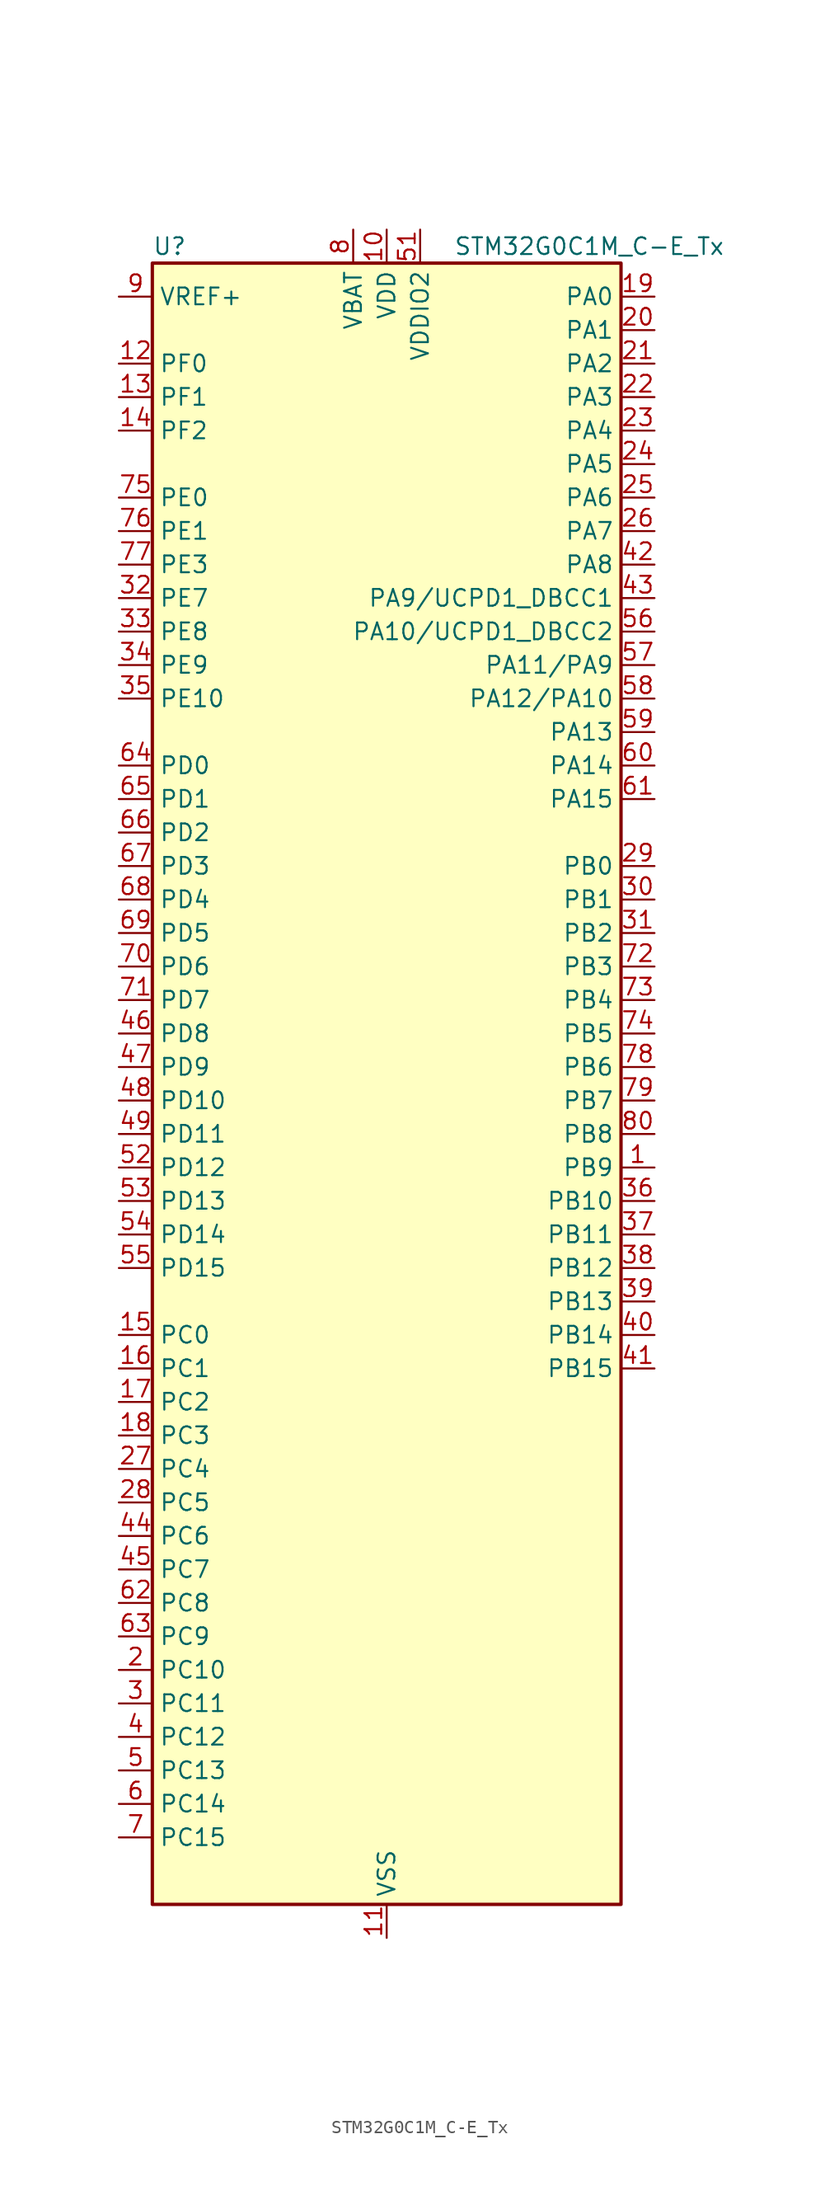
<source format=kicad_sym>
(kicad_symbol_lib
  (version 20220914)
  (generator kicad_symbol_editor)
  (symbol "STM32G0C1M_C-E_Tx"
    (property "Reference" "U"
      (at -17.78 64.77 0)
      (effects (font (size 1.27 1.27)) (justify left)))
    (property "Value" "STM32G0C1M_C-E_Tx"
      (at 5.08 64.77 0)
      (effects (font (size 1.27 1.27)) (justify left)))
    (property "ki_locked" ""
      (at 0 0 0)
      (effects (font (size 1.27 1.27))))
    (symbol "STM32G0C1M_C-E_Tx_0_1"
      (rectangle (start -17.78 -60.96) (end 17.78 63.5) (stroke (width 0.254) (type default)) (fill (type background))))
    (symbol "STM32G0C1M_C-E_Tx_1_1"
      (pin bidirectional line (at 20.32 -5.08 180) (length 2.54) (name "PB9" (effects (font (size 1.27 1.27)))) (number "1" (effects (font (size 1.27 1.27)))) (alternate "DAC1_EXTI9" bidirectional line) (alternate "FDCAN1_TX" bidirectional line) (alternate "I2C1_SDA" bidirectional line) (alternate "I2S2_WS" bidirectional line) (alternate "IR_OUT" bidirectional line) (alternate "SPI2_NSS" bidirectional line) (alternate "TIM17_CH1" bidirectional line) (alternate "TIM4_CH4" bidirectional line) (alternate "UCPD2_FRSTX1" bidirectional line) (alternate "UCPD2_FRSTX2" bidirectional line) (alternate "USART3_RX" bidirectional line) (alternate "USART6_RX" bidirectional line))
      (pin power_in line (at 0 66.04 270) (length 2.54) (name "VDD" (effects (font (size 1.27 1.27)))) (number "10" (effects (font (size 1.27 1.27)))))
      (pin power_in line (at 0 -63.5 90) (length 2.54) (name "VSS" (effects (font (size 1.27 1.27)))) (number "11" (effects (font (size 1.27 1.27)))))
      (pin bidirectional line (at -20.32 55.88 0) (length 2.54) (name "PF0" (effects (font (size 1.27 1.27)))) (number "12" (effects (font (size 1.27 1.27)))) (alternate "CRS1_SYNC" bidirectional line) (alternate "RCC_OSC_IN" bidirectional line) (alternate "TIM14_CH1" bidirectional line))
      (pin bidirectional line (at -20.32 53.34 0) (length 2.54) (name "PF1" (effects (font (size 1.27 1.27)))) (number "13" (effects (font (size 1.27 1.27)))) (alternate "RCC_OSC_EN" bidirectional line) (alternate "RCC_OSC_OUT" bidirectional line) (alternate "TIM15_CH1N" bidirectional line))
      (pin bidirectional line (at -20.32 50.8 0) (length 2.54) (name "PF2" (effects (font (size 1.27 1.27)))) (number "14" (effects (font (size 1.27 1.27)))) (alternate "LPUART2_DE" bidirectional line) (alternate "LPUART2_RTS" bidirectional line) (alternate "LPUART2_TX" bidirectional line) (alternate "RCC_MCO" bidirectional line))
      (pin bidirectional line (at -20.32 -17.78 0) (length 2.54) (name "PC0" (effects (font (size 1.27 1.27)))) (number "15" (effects (font (size 1.27 1.27)))) (alternate "COMP3_INM" bidirectional line) (alternate "COMP3_OUT" bidirectional line) (alternate "I2C3_SCL" bidirectional line) (alternate "LPTIM1_IN1" bidirectional line) (alternate "LPTIM2_IN1" bidirectional line) (alternate "LPUART1_RX" bidirectional line) (alternate "LPUART2_TX" bidirectional line) (alternate "USART6_TX" bidirectional line))
      (pin bidirectional line (at -20.32 -20.32 0) (length 2.54) (name "PC1" (effects (font (size 1.27 1.27)))) (number "16" (effects (font (size 1.27 1.27)))) (alternate "COMP3_INP" bidirectional line) (alternate "I2C3_SDA" bidirectional line) (alternate "LPTIM1_OUT" bidirectional line) (alternate "LPUART1_TX" bidirectional line) (alternate "LPUART2_RX" bidirectional line) (alternate "TIM15_CH1" bidirectional line) (alternate "USART6_RX" bidirectional line))
      (pin bidirectional line (at -20.32 -22.86 0) (length 2.54) (name "PC2" (effects (font (size 1.27 1.27)))) (number "17" (effects (font (size 1.27 1.27)))) (alternate "COMP3_OUT" bidirectional line) (alternate "FDCAN2_RX" bidirectional line) (alternate "I2S2_MCK" bidirectional line) (alternate "LPTIM1_IN2" bidirectional line) (alternate "SPI2_MISO" bidirectional line) (alternate "TIM15_CH2" bidirectional line))
      (pin bidirectional line (at -20.32 -25.4 0) (length 2.54) (name "PC3" (effects (font (size 1.27 1.27)))) (number "18" (effects (font (size 1.27 1.27)))) (alternate "FDCAN2_TX" bidirectional line) (alternate "I2S2_SD" bidirectional line) (alternate "LPTIM1_ETR" bidirectional line) (alternate "LPTIM2_ETR" bidirectional line) (alternate "SPI2_MOSI" bidirectional line))
      (pin bidirectional line (at 20.32 60.96 180) (length 2.54) (name "PA0" (effects (font (size 1.27 1.27)))) (number "19" (effects (font (size 1.27 1.27)))) (alternate "ADC1_IN0" bidirectional line) (alternate "COMP1_INM" bidirectional line) (alternate "COMP1_OUT" bidirectional line) (alternate "I2S2_CK" bidirectional line) (alternate "LPTIM1_OUT" bidirectional line) (alternate "RTC_TAMP_IN2" bidirectional line) (alternate "SPI2_SCK" bidirectional line) (alternate "SYS_WKUP1" bidirectional line) (alternate "TIM2_CH1" bidirectional line) (alternate "TIM2_ETR" bidirectional line) (alternate "UCPD2_FRSTX1" bidirectional line) (alternate "UCPD2_FRSTX2" bidirectional line) (alternate "USART2_CTS" bidirectional line) (alternate "USART2_NSS" bidirectional line) (alternate "USART4_TX" bidirectional line))
      (pin bidirectional line (at -20.32 -43.18 0) (length 2.54) (name "PC10" (effects (font (size 1.27 1.27)))) (number "2" (effects (font (size 1.27 1.27)))) (alternate "SPI3_SCK" bidirectional line) (alternate "TIM1_CH3" bidirectional line) (alternate "USART3_TX" bidirectional line) (alternate "USART4_TX" bidirectional line))
      (pin bidirectional line (at 20.32 58.42 180) (length 2.54) (name "PA1" (effects (font (size 1.27 1.27)))) (number "20" (effects (font (size 1.27 1.27)))) (alternate "ADC1_IN1" bidirectional line) (alternate "COMP1_INP" bidirectional line) (alternate "I2C1_SMBA" bidirectional line) (alternate "I2S1_CK" bidirectional line) (alternate "SPI1_SCK" bidirectional line) (alternate "TIM15_CH1N" bidirectional line) (alternate "TIM2_CH2" bidirectional line) (alternate "USART2_CK" bidirectional line) (alternate "USART2_DE" bidirectional line) (alternate "USART2_RTS" bidirectional line) (alternate "USART4_RX" bidirectional line))
      (pin bidirectional line (at 20.32 55.88 180) (length 2.54) (name "PA2" (effects (font (size 1.27 1.27)))) (number "21" (effects (font (size 1.27 1.27)))) (alternate "ADC1_IN2" bidirectional line) (alternate "COMP2_INM" bidirectional line) (alternate "COMP2_OUT" bidirectional line) (alternate "I2S1_SD" bidirectional line) (alternate "LPUART1_TX" bidirectional line) (alternate "RCC_LSCO" bidirectional line) (alternate "SPI1_MOSI" bidirectional line) (alternate "SYS_WKUP4" bidirectional line) (alternate "TIM15_CH1" bidirectional line) (alternate "TIM2_CH3" bidirectional line) (alternate "UCPD1_FRSTX1" bidirectional line) (alternate "UCPD1_FRSTX2" bidirectional line) (alternate "USART2_TX" bidirectional line))
      (pin bidirectional line (at 20.32 53.34 180) (length 2.54) (name "PA3" (effects (font (size 1.27 1.27)))) (number "22" (effects (font (size 1.27 1.27)))) (alternate "ADC1_IN3" bidirectional line) (alternate "COMP2_INP" bidirectional line) (alternate "I2S2_MCK" bidirectional line) (alternate "LPUART1_RX" bidirectional line) (alternate "SPI2_MISO" bidirectional line) (alternate "TIM15_CH2" bidirectional line) (alternate "TIM2_CH4" bidirectional line) (alternate "UCPD2_FRSTX1" bidirectional line) (alternate "UCPD2_FRSTX2" bidirectional line) (alternate "USART2_RX" bidirectional line))
      (pin bidirectional line (at 20.32 50.8 180) (length 2.54) (name "PA4" (effects (font (size 1.27 1.27)))) (number "23" (effects (font (size 1.27 1.27)))) (alternate "ADC1_IN4" bidirectional line) (alternate "DAC1_OUT1" bidirectional line) (alternate "I2S1_WS" bidirectional line) (alternate "I2S2_SD" bidirectional line) (alternate "LPTIM2_OUT" bidirectional line) (alternate "RTC_OUT2" bidirectional line) (alternate "SPI1_NSS" bidirectional line) (alternate "SPI2_MOSI" bidirectional line) (alternate "SPI3_NSS" bidirectional line) (alternate "TIM14_CH1" bidirectional line) (alternate "UCPD2_FRSTX1" bidirectional line) (alternate "UCPD2_FRSTX2" bidirectional line) (alternate "USART6_TX" bidirectional line) (alternate "USB_NOE" bidirectional line))
      (pin bidirectional line (at 20.32 48.26 180) (length 2.54) (name "PA5" (effects (font (size 1.27 1.27)))) (number "24" (effects (font (size 1.27 1.27)))) (alternate "ADC1_IN5" bidirectional line) (alternate "CEC" bidirectional line) (alternate "DAC1_OUT2" bidirectional line) (alternate "I2S1_CK" bidirectional line) (alternate "LPTIM2_ETR" bidirectional line) (alternate "SPI1_SCK" bidirectional line) (alternate "TIM2_CH1" bidirectional line) (alternate "TIM2_ETR" bidirectional line) (alternate "UCPD1_FRSTX1" bidirectional line) (alternate "UCPD1_FRSTX2" bidirectional line) (alternate "USART3_TX" bidirectional line) (alternate "USART6_RX" bidirectional line))
      (pin bidirectional line (at 20.32 45.72 180) (length 2.54) (name "PA6" (effects (font (size 1.27 1.27)))) (number "25" (effects (font (size 1.27 1.27)))) (alternate "ADC1_IN6" bidirectional line) (alternate "COMP1_OUT" bidirectional line) (alternate "I2C2_SDA" bidirectional line) (alternate "I2C3_SDA" bidirectional line) (alternate "I2S1_MCK" bidirectional line) (alternate "LPUART1_CTS" bidirectional line) (alternate "SPI1_MISO" bidirectional line) (alternate "TIM16_CH1" bidirectional line) (alternate "TIM1_BK" bidirectional line) (alternate "TIM3_CH1" bidirectional line) (alternate "USART3_CTS" bidirectional line) (alternate "USART3_NSS" bidirectional line) (alternate "USART6_CTS" bidirectional line) (alternate "USART6_NSS" bidirectional line))
      (pin bidirectional line (at 20.32 43.18 180) (length 2.54) (name "PA7" (effects (font (size 1.27 1.27)))) (number "26" (effects (font (size 1.27 1.27)))) (alternate "ADC1_IN7" bidirectional line) (alternate "COMP2_OUT" bidirectional line) (alternate "I2C2_SCL" bidirectional line) (alternate "I2C3_SCL" bidirectional line) (alternate "I2S1_SD" bidirectional line) (alternate "SPI1_MOSI" bidirectional line) (alternate "TIM14_CH1" bidirectional line) (alternate "TIM17_CH1" bidirectional line) (alternate "TIM1_CH1N" bidirectional line) (alternate "TIM3_CH2" bidirectional line) (alternate "UCPD1_FRSTX1" bidirectional line) (alternate "UCPD1_FRSTX2" bidirectional line) (alternate "USART6_CK" bidirectional line) (alternate "USART6_DE" bidirectional line) (alternate "USART6_RTS" bidirectional line))
      (pin bidirectional line (at -20.32 -27.94 0) (length 2.54) (name "PC4" (effects (font (size 1.27 1.27)))) (number "27" (effects (font (size 1.27 1.27)))) (alternate "ADC1_IN17" bidirectional line) (alternate "COMP1_INM" bidirectional line) (alternate "FDCAN1_RX" bidirectional line) (alternate "TIM2_CH1" bidirectional line) (alternate "TIM2_ETR" bidirectional line) (alternate "USART1_TX" bidirectional line) (alternate "USART3_TX" bidirectional line))
      (pin bidirectional line (at -20.32 -30.48 0) (length 2.54) (name "PC5" (effects (font (size 1.27 1.27)))) (number "28" (effects (font (size 1.27 1.27)))) (alternate "ADC1_IN18" bidirectional line) (alternate "COMP1_INP" bidirectional line) (alternate "FDCAN1_TX" bidirectional line) (alternate "SYS_WKUP5" bidirectional line) (alternate "TIM2_CH2" bidirectional line) (alternate "USART1_RX" bidirectional line) (alternate "USART3_RX" bidirectional line))
      (pin bidirectional line (at 20.32 17.78 180) (length 2.54) (name "PB0" (effects (font (size 1.27 1.27)))) (number "29" (effects (font (size 1.27 1.27)))) (alternate "ADC1_IN8" bidirectional line) (alternate "COMP1_OUT" bidirectional line) (alternate "COMP3_INP" bidirectional line) (alternate "FDCAN2_RX" bidirectional line) (alternate "I2S1_WS" bidirectional line) (alternate "LPTIM1_OUT" bidirectional line) (alternate "LPUART2_CTS" bidirectional line) (alternate "SPI1_NSS" bidirectional line) (alternate "TIM1_CH2N" bidirectional line) (alternate "TIM3_CH3" bidirectional line) (alternate "UCPD1_FRSTX1" bidirectional line) (alternate "UCPD1_FRSTX2" bidirectional line) (alternate "USART3_RX" bidirectional line) (alternate "USART5_TX" bidirectional line))
      (pin bidirectional line (at -20.32 -45.72 0) (length 2.54) (name "PC11" (effects (font (size 1.27 1.27)))) (number "3" (effects (font (size 1.27 1.27)))) (alternate "ADC1_EXTI11" bidirectional line) (alternate "SPI3_MISO" bidirectional line) (alternate "TIM1_CH4" bidirectional line) (alternate "USART3_RX" bidirectional line) (alternate "USART4_RX" bidirectional line))
      (pin bidirectional line (at 20.32 15.24 180) (length 2.54) (name "PB1" (effects (font (size 1.27 1.27)))) (number "30" (effects (font (size 1.27 1.27)))) (alternate "ADC1_IN9" bidirectional line) (alternate "COMP1_INM" bidirectional line) (alternate "COMP3_OUT" bidirectional line) (alternate "FDCAN2_TX" bidirectional line) (alternate "LPTIM2_IN1" bidirectional line) (alternate "LPUART1_DE" bidirectional line) (alternate "LPUART1_RTS" bidirectional line) (alternate "LPUART2_DE" bidirectional line) (alternate "LPUART2_RTS" bidirectional line) (alternate "TIM14_CH1" bidirectional line) (alternate "TIM1_CH3N" bidirectional line) (alternate "TIM3_CH4" bidirectional line) (alternate "USART3_CK" bidirectional line) (alternate "USART3_DE" bidirectional line) (alternate "USART3_RTS" bidirectional line) (alternate "USART5_RX" bidirectional line))
      (pin bidirectional line (at 20.32 12.7 180) (length 2.54) (name "PB2" (effects (font (size 1.27 1.27)))) (number "31" (effects (font (size 1.27 1.27)))) (alternate "ADC1_IN10" bidirectional line) (alternate "COMP1_INP" bidirectional line) (alternate "COMP3_INM" bidirectional line) (alternate "I2S2_MCK" bidirectional line) (alternate "LPTIM1_OUT" bidirectional line) (alternate "RCC_MCO_2" bidirectional line) (alternate "SPI2_MISO" bidirectional line) (alternate "USART3_TX" bidirectional line))
      (pin bidirectional line (at -20.32 38.1 0) (length 2.54) (name "PE7" (effects (font (size 1.27 1.27)))) (number "32" (effects (font (size 1.27 1.27)))) (alternate "COMP3_INP" bidirectional line) (alternate "TIM1_ETR" bidirectional line) (alternate "USART5_CK" bidirectional line) (alternate "USART5_DE" bidirectional line) (alternate "USART5_RTS" bidirectional line))
      (pin bidirectional line (at -20.32 35.56 0) (length 2.54) (name "PE8" (effects (font (size 1.27 1.27)))) (number "33" (effects (font (size 1.27 1.27)))) (alternate "COMP3_INM" bidirectional line) (alternate "TIM1_CH1N" bidirectional line) (alternate "USART4_TX" bidirectional line))
      (pin bidirectional line (at -20.32 33.02 0) (length 2.54) (name "PE9" (effects (font (size 1.27 1.27)))) (number "34" (effects (font (size 1.27 1.27)))) (alternate "DAC1_EXTI9" bidirectional line) (alternate "TIM1_CH1" bidirectional line) (alternate "USART4_RX" bidirectional line))
      (pin bidirectional line (at -20.32 30.48 0) (length 2.54) (name "PE10" (effects (font (size 1.27 1.27)))) (number "35" (effects (font (size 1.27 1.27)))) (alternate "TIM1_CH2N" bidirectional line) (alternate "USART5_TX" bidirectional line))
      (pin bidirectional line (at 20.32 -7.62 180) (length 2.54) (name "PB10" (effects (font (size 1.27 1.27)))) (number "36" (effects (font (size 1.27 1.27)))) (alternate "ADC1_IN11" bidirectional line) (alternate "CEC" bidirectional line) (alternate "COMP1_OUT" bidirectional line) (alternate "I2C2_SCL" bidirectional line) (alternate "I2S2_CK" bidirectional line) (alternate "LPUART1_RX" bidirectional line) (alternate "SPI2_SCK" bidirectional line) (alternate "TIM2_CH3" bidirectional line) (alternate "USART3_TX" bidirectional line))
      (pin bidirectional line (at 20.32 -10.16 180) (length 2.54) (name "PB11" (effects (font (size 1.27 1.27)))) (number "37" (effects (font (size 1.27 1.27)))) (alternate "ADC1_EXTI11" bidirectional line) (alternate "ADC1_IN15" bidirectional line) (alternate "COMP2_OUT" bidirectional line) (alternate "I2C2_SDA" bidirectional line) (alternate "I2S2_SD" bidirectional line) (alternate "LPUART1_TX" bidirectional line) (alternate "SPI2_MOSI" bidirectional line) (alternate "TIM2_CH4" bidirectional line) (alternate "USART3_RX" bidirectional line))
      (pin bidirectional line (at 20.32 -12.7 180) (length 2.54) (name "PB12" (effects (font (size 1.27 1.27)))) (number "38" (effects (font (size 1.27 1.27)))) (alternate "ADC1_IN16" bidirectional line) (alternate "FDCAN2_RX" bidirectional line) (alternate "I2C2_SMBA" bidirectional line) (alternate "I2S2_WS" bidirectional line) (alternate "LPUART1_DE" bidirectional line) (alternate "LPUART1_RTS" bidirectional line) (alternate "SPI2_NSS" bidirectional line) (alternate "TIM15_BK" bidirectional line) (alternate "TIM1_BK" bidirectional line) (alternate "UCPD2_FRSTX1" bidirectional line) (alternate "UCPD2_FRSTX2" bidirectional line))
      (pin bidirectional line (at 20.32 -15.24 180) (length 2.54) (name "PB13" (effects (font (size 1.27 1.27)))) (number "39" (effects (font (size 1.27 1.27)))) (alternate "FDCAN2_TX" bidirectional line) (alternate "I2C2_SCL" bidirectional line) (alternate "I2S2_CK" bidirectional line) (alternate "LPUART1_CTS" bidirectional line) (alternate "SPI2_SCK" bidirectional line) (alternate "TIM15_CH1N" bidirectional line) (alternate "TIM1_CH1N" bidirectional line) (alternate "USART3_CTS" bidirectional line) (alternate "USART3_NSS" bidirectional line))
      (pin bidirectional line (at -20.32 -48.26 0) (length 2.54) (name "PC12" (effects (font (size 1.27 1.27)))) (number "4" (effects (font (size 1.27 1.27)))) (alternate "LPTIM1_IN1" bidirectional line) (alternate "SPI3_MOSI" bidirectional line) (alternate "TIM14_CH1" bidirectional line) (alternate "UCPD1_FRSTX1" bidirectional line) (alternate "UCPD1_FRSTX2" bidirectional line) (alternate "USART5_TX" bidirectional line))
      (pin bidirectional line (at 20.32 -17.78 180) (length 2.54) (name "PB14" (effects (font (size 1.27 1.27)))) (number "40" (effects (font (size 1.27 1.27)))) (alternate "I2C2_SDA" bidirectional line) (alternate "I2S2_MCK" bidirectional line) (alternate "SPI2_MISO" bidirectional line) (alternate "TIM15_CH1" bidirectional line) (alternate "TIM1_CH2N" bidirectional line) (alternate "UCPD1_FRSTX1" bidirectional line) (alternate "UCPD1_FRSTX2" bidirectional line) (alternate "USART3_CK" bidirectional line) (alternate "USART3_DE" bidirectional line) (alternate "USART3_RTS" bidirectional line) (alternate "USART6_CK" bidirectional line) (alternate "USART6_DE" bidirectional line) (alternate "USART6_RTS" bidirectional line))
      (pin bidirectional line (at 20.32 -20.32 180) (length 2.54) (name "PB15" (effects (font (size 1.27 1.27)))) (number "41" (effects (font (size 1.27 1.27)))) (alternate "I2S2_SD" bidirectional line) (alternate "RTC_REFIN" bidirectional line) (alternate "SPI2_MOSI" bidirectional line) (alternate "TIM15_CH1N" bidirectional line) (alternate "TIM15_CH2" bidirectional line) (alternate "TIM1_CH3N" bidirectional line) (alternate "UCPD1_CC2" bidirectional line) (alternate "USART6_CTS" bidirectional line) (alternate "USART6_NSS" bidirectional line))
      (pin bidirectional line (at 20.32 40.64 180) (length 2.54) (name "PA8" (effects (font (size 1.27 1.27)))) (number "42" (effects (font (size 1.27 1.27)))) (alternate "CRS1_SYNC" bidirectional line) (alternate "I2C2_SMBA" bidirectional line) (alternate "I2S2_WS" bidirectional line) (alternate "LPTIM2_OUT" bidirectional line) (alternate "RCC_MCO" bidirectional line) (alternate "SPI2_NSS" bidirectional line) (alternate "TIM1_CH1" bidirectional line) (alternate "UCPD1_CC1" bidirectional line))
      (pin bidirectional line (at 20.32 38.1 180) (length 2.54) (name "PA9/UCPD1_DBCC1" (effects (font (size 1.27 1.27)))) (number "43" (effects (font (size 1.27 1.27)))) (alternate "DAC1_EXTI9" bidirectional line) (alternate "I2C1_SCL" bidirectional line) (alternate "I2C2_SCL" bidirectional line) (alternate "I2S2_MCK" bidirectional line) (alternate "RCC_MCO" bidirectional line) (alternate "SPI2_MISO" bidirectional line) (alternate "TIM15_BK" bidirectional line) (alternate "TIM1_CH2" bidirectional line) (alternate "UCPD1_DBCC1" bidirectional line) (alternate "USART1_TX" bidirectional line))
      (pin bidirectional line (at -20.32 -33.02 0) (length 2.54) (name "PC6" (effects (font (size 1.27 1.27)))) (number "44" (effects (font (size 1.27 1.27)))) (alternate "LPUART2_TX" bidirectional line) (alternate "TIM2_CH3" bidirectional line) (alternate "TIM3_CH1" bidirectional line) (alternate "UCPD1_FRSTX1" bidirectional line) (alternate "UCPD1_FRSTX2" bidirectional line))
      (pin bidirectional line (at -20.32 -35.56 0) (length 2.54) (name "PC7" (effects (font (size 1.27 1.27)))) (number "45" (effects (font (size 1.27 1.27)))) (alternate "LPUART2_RX" bidirectional line) (alternate "TIM2_CH4" bidirectional line) (alternate "TIM3_CH2" bidirectional line) (alternate "UCPD2_FRSTX1" bidirectional line) (alternate "UCPD2_FRSTX2" bidirectional line))
      (pin bidirectional line (at -20.32 5.08 0) (length 2.54) (name "PD8" (effects (font (size 1.27 1.27)))) (number "46" (effects (font (size 1.27 1.27)))) (alternate "I2S1_CK" bidirectional line) (alternate "LPTIM1_OUT" bidirectional line) (alternate "SPI1_SCK" bidirectional line) (alternate "USART3_TX" bidirectional line))
      (pin bidirectional line (at -20.32 2.54 0) (length 2.54) (name "PD9" (effects (font (size 1.27 1.27)))) (number "47" (effects (font (size 1.27 1.27)))) (alternate "DAC1_EXTI9" bidirectional line) (alternate "I2S1_WS" bidirectional line) (alternate "SPI1_NSS" bidirectional line) (alternate "TIM1_BK2" bidirectional line) (alternate "USART3_RX" bidirectional line))
      (pin bidirectional line (at -20.32 0 0) (length 2.54) (name "PD10" (effects (font (size 1.27 1.27)))) (number "48" (effects (font (size 1.27 1.27)))) (alternate "RCC_MCO" bidirectional line))
      (pin bidirectional line (at -20.32 -2.54 0) (length 2.54) (name "PD11" (effects (font (size 1.27 1.27)))) (number "49" (effects (font (size 1.27 1.27)))) (alternate "ADC1_EXTI11" bidirectional line) (alternate "LPTIM2_ETR" bidirectional line) (alternate "USART3_CTS" bidirectional line) (alternate "USART3_NSS" bidirectional line))
      (pin bidirectional line (at -20.32 -50.8 0) (length 2.54) (name "PC13" (effects (font (size 1.27 1.27)))) (number "5" (effects (font (size 1.27 1.27)))) (alternate "RTC_OUT1" bidirectional line) (alternate "RTC_TAMP_IN1" bidirectional line) (alternate "RTC_TS" bidirectional line) (alternate "SYS_WKUP2" bidirectional line) (alternate "TIM1_BK" bidirectional line))
      (pin passive line (at 0 -63.5 90) (length 2.54) hide (name "VSS" (effects (font (size 1.27 1.27)))) (number "50" (effects (font (size 1.27 1.27)))))
      (pin power_in line (at 2.54 66.04 270) (length 2.54) (name "VDDIO2" (effects (font (size 1.27 1.27)))) (number "51" (effects (font (size 1.27 1.27)))))
      (pin bidirectional line (at -20.32 -5.08 0) (length 2.54) (name "PD12" (effects (font (size 1.27 1.27)))) (number "52" (effects (font (size 1.27 1.27)))) (alternate "FDCAN1_RX" bidirectional line) (alternate "LPTIM2_IN1" bidirectional line) (alternate "TIM4_CH1" bidirectional line) (alternate "USART3_CK" bidirectional line) (alternate "USART3_DE" bidirectional line) (alternate "USART3_RTS" bidirectional line))
      (pin bidirectional line (at -20.32 -7.62 0) (length 2.54) (name "PD13" (effects (font (size 1.27 1.27)))) (number "53" (effects (font (size 1.27 1.27)))) (alternate "FDCAN1_TX" bidirectional line) (alternate "LPTIM2_OUT" bidirectional line) (alternate "TIM4_CH2" bidirectional line))
      (pin bidirectional line (at -20.32 -10.16 0) (length 2.54) (name "PD14" (effects (font (size 1.27 1.27)))) (number "54" (effects (font (size 1.27 1.27)))) (alternate "FDCAN2_RX" bidirectional line) (alternate "LPUART2_CTS" bidirectional line) (alternate "TIM4_CH3" bidirectional line))
      (pin bidirectional line (at -20.32 -12.7 0) (length 2.54) (name "PD15" (effects (font (size 1.27 1.27)))) (number "55" (effects (font (size 1.27 1.27)))) (alternate "CRS1_SYNC" bidirectional line) (alternate "FDCAN2_TX" bidirectional line) (alternate "LPUART2_DE" bidirectional line) (alternate "LPUART2_RTS" bidirectional line) (alternate "TIM4_CH4" bidirectional line))
      (pin bidirectional line (at 20.32 35.56 180) (length 2.54) (name "PA10/UCPD1_DBCC2" (effects (font (size 1.27 1.27)))) (number "56" (effects (font (size 1.27 1.27)))) (alternate "I2C1_SDA" bidirectional line) (alternate "I2C2_SDA" bidirectional line) (alternate "I2S2_SD" bidirectional line) (alternate "RCC_MCO_2" bidirectional line) (alternate "SPI2_MOSI" bidirectional line) (alternate "TIM17_BK" bidirectional line) (alternate "TIM1_CH3" bidirectional line) (alternate "UCPD1_DBCC2" bidirectional line) (alternate "USART1_RX" bidirectional line))
      (pin bidirectional line (at 20.32 33.02 180) (length 2.54) (name "PA11/PA9" (effects (font (size 1.27 1.27)))) (number "57" (effects (font (size 1.27 1.27)))) (alternate "ADC1_EXTI11" bidirectional line) (alternate "COMP1_OUT" bidirectional line) (alternate "FDCAN1_RX" bidirectional line) (alternate "I2C2_SCL" bidirectional line) (alternate "I2S1_MCK" bidirectional line) (alternate "SPI1_MISO" bidirectional line) (alternate "TIM1_BK2" bidirectional line) (alternate "TIM1_CH4" bidirectional line) (alternate "USART1_CTS" bidirectional line) (alternate "USART1_NSS" bidirectional line) (alternate "USB_DM" bidirectional line))
      (pin bidirectional line (at 20.32 30.48 180) (length 2.54) (name "PA12/PA10" (effects (font (size 1.27 1.27)))) (number "58" (effects (font (size 1.27 1.27)))) (alternate "COMP2_OUT" bidirectional line) (alternate "FDCAN1_TX" bidirectional line) (alternate "I2C2_SDA" bidirectional line) (alternate "I2S1_SD" bidirectional line) (alternate "I2S_CKIN" bidirectional line) (alternate "SPI1_MOSI" bidirectional line) (alternate "TIM1_ETR" bidirectional line) (alternate "USART1_CK" bidirectional line) (alternate "USART1_DE" bidirectional line) (alternate "USART1_RTS" bidirectional line) (alternate "USB_DP" bidirectional line))
      (pin bidirectional line (at 20.32 27.94 180) (length 2.54) (name "PA13" (effects (font (size 1.27 1.27)))) (number "59" (effects (font (size 1.27 1.27)))) (alternate "IR_OUT" bidirectional line) (alternate "LPUART2_RX" bidirectional line) (alternate "SYS_SWDIO" bidirectional line) (alternate "USB_NOE" bidirectional line))
      (pin bidirectional line (at -20.32 -53.34 0) (length 2.54) (name "PC14" (effects (font (size 1.27 1.27)))) (number "6" (effects (font (size 1.27 1.27)))) (alternate "RCC_OSC32_IN" bidirectional line) (alternate "TIM1_BK2" bidirectional line))
      (pin bidirectional line (at 20.32 25.4 180) (length 2.54) (name "PA14" (effects (font (size 1.27 1.27)))) (number "60" (effects (font (size 1.27 1.27)))) (alternate "LPUART2_TX" bidirectional line) (alternate "SYS_SWCLK" bidirectional line) (alternate "USART2_TX" bidirectional line))
      (pin bidirectional line (at 20.32 22.86 180) (length 2.54) (name "PA15" (effects (font (size 1.27 1.27)))) (number "61" (effects (font (size 1.27 1.27)))) (alternate "I2C2_SMBA" bidirectional line) (alternate "I2S1_WS" bidirectional line) (alternate "RCC_MCO_2" bidirectional line) (alternate "SPI1_NSS" bidirectional line) (alternate "SPI3_NSS" bidirectional line) (alternate "TIM2_CH1" bidirectional line) (alternate "TIM2_ETR" bidirectional line) (alternate "USART2_RX" bidirectional line) (alternate "USART3_CK" bidirectional line) (alternate "USART3_DE" bidirectional line) (alternate "USART3_RTS" bidirectional line) (alternate "USART4_CK" bidirectional line) (alternate "USART4_DE" bidirectional line) (alternate "USART4_RTS" bidirectional line) (alternate "USB_NOE" bidirectional line))
      (pin bidirectional line (at -20.32 -38.1 0) (length 2.54) (name "PC8" (effects (font (size 1.27 1.27)))) (number "62" (effects (font (size 1.27 1.27)))) (alternate "LPUART2_CTS" bidirectional line) (alternate "TIM1_CH1" bidirectional line) (alternate "TIM3_CH3" bidirectional line) (alternate "UCPD2_FRSTX1" bidirectional line) (alternate "UCPD2_FRSTX2" bidirectional line))
      (pin bidirectional line (at -20.32 -40.64 0) (length 2.54) (name "PC9" (effects (font (size 1.27 1.27)))) (number "63" (effects (font (size 1.27 1.27)))) (alternate "DAC1_EXTI9" bidirectional line) (alternate "I2S_CKIN" bidirectional line) (alternate "LPUART2_DE" bidirectional line) (alternate "LPUART2_RTS" bidirectional line) (alternate "TIM1_CH2" bidirectional line) (alternate "TIM3_CH4" bidirectional line) (alternate "USB_NOE" bidirectional line))
      (pin bidirectional line (at -20.32 25.4 0) (length 2.54) (name "PD0" (effects (font (size 1.27 1.27)))) (number "64" (effects (font (size 1.27 1.27)))) (alternate "FDCAN1_RX" bidirectional line) (alternate "I2S2_WS" bidirectional line) (alternate "SPI2_NSS" bidirectional line) (alternate "TIM16_CH1" bidirectional line) (alternate "UCPD2_CC1" bidirectional line))
      (pin bidirectional line (at -20.32 22.86 0) (length 2.54) (name "PD1" (effects (font (size 1.27 1.27)))) (number "65" (effects (font (size 1.27 1.27)))) (alternate "FDCAN1_TX" bidirectional line) (alternate "I2S2_CK" bidirectional line) (alternate "SPI2_SCK" bidirectional line) (alternate "TIM17_CH1" bidirectional line) (alternate "UCPD2_DBCC1" bidirectional line))
      (pin bidirectional line (at -20.32 20.32 0) (length 2.54) (name "PD2" (effects (font (size 1.27 1.27)))) (number "66" (effects (font (size 1.27 1.27)))) (alternate "TIM1_CH1N" bidirectional line) (alternate "TIM3_ETR" bidirectional line) (alternate "UCPD2_CC2" bidirectional line) (alternate "USART3_CK" bidirectional line) (alternate "USART3_DE" bidirectional line) (alternate "USART3_RTS" bidirectional line) (alternate "USART5_RX" bidirectional line))
      (pin bidirectional line (at -20.32 17.78 0) (length 2.54) (name "PD3" (effects (font (size 1.27 1.27)))) (number "67" (effects (font (size 1.27 1.27)))) (alternate "I2S2_MCK" bidirectional line) (alternate "SPI2_MISO" bidirectional line) (alternate "TIM1_CH2N" bidirectional line) (alternate "UCPD2_DBCC2" bidirectional line) (alternate "USART2_CTS" bidirectional line) (alternate "USART2_NSS" bidirectional line) (alternate "USART5_TX" bidirectional line))
      (pin bidirectional line (at -20.32 15.24 0) (length 2.54) (name "PD4" (effects (font (size 1.27 1.27)))) (number "68" (effects (font (size 1.27 1.27)))) (alternate "I2S2_SD" bidirectional line) (alternate "SPI2_MOSI" bidirectional line) (alternate "TIM1_CH3N" bidirectional line) (alternate "USART2_CK" bidirectional line) (alternate "USART2_DE" bidirectional line) (alternate "USART2_RTS" bidirectional line) (alternate "USART5_CK" bidirectional line) (alternate "USART5_DE" bidirectional line) (alternate "USART5_RTS" bidirectional line))
      (pin bidirectional line (at -20.32 12.7 0) (length 2.54) (name "PD5" (effects (font (size 1.27 1.27)))) (number "69" (effects (font (size 1.27 1.27)))) (alternate "I2S1_MCK" bidirectional line) (alternate "SPI1_MISO" bidirectional line) (alternate "TIM1_BK" bidirectional line) (alternate "USART2_TX" bidirectional line) (alternate "USART5_CTS" bidirectional line) (alternate "USART5_NSS" bidirectional line))
      (pin bidirectional line (at -20.32 -55.88 0) (length 2.54) (name "PC15" (effects (font (size 1.27 1.27)))) (number "7" (effects (font (size 1.27 1.27)))) (alternate "RCC_OSC32_EN" bidirectional line) (alternate "RCC_OSC32_OUT" bidirectional line) (alternate "RCC_OSC_EN" bidirectional line) (alternate "TIM15_BK" bidirectional line))
      (pin bidirectional line (at -20.32 10.16 0) (length 2.54) (name "PD6" (effects (font (size 1.27 1.27)))) (number "70" (effects (font (size 1.27 1.27)))) (alternate "I2S1_SD" bidirectional line) (alternate "LPTIM2_OUT" bidirectional line) (alternate "SPI1_MOSI" bidirectional line) (alternate "USART2_RX" bidirectional line))
      (pin bidirectional line (at -20.32 7.62 0) (length 2.54) (name "PD7" (effects (font (size 1.27 1.27)))) (number "71" (effects (font (size 1.27 1.27)))) (alternate "RCC_MCO_2" bidirectional line))
      (pin bidirectional line (at 20.32 10.16 180) (length 2.54) (name "PB3" (effects (font (size 1.27 1.27)))) (number "72" (effects (font (size 1.27 1.27)))) (alternate "COMP2_INM" bidirectional line) (alternate "I2C2_SCL" bidirectional line) (alternate "I2C3_SCL" bidirectional line) (alternate "I2S1_CK" bidirectional line) (alternate "SPI1_SCK" bidirectional line) (alternate "SPI3_SCK" bidirectional line) (alternate "TIM1_CH2" bidirectional line) (alternate "TIM2_CH2" bidirectional line) (alternate "USART1_CK" bidirectional line) (alternate "USART1_DE" bidirectional line) (alternate "USART1_RTS" bidirectional line) (alternate "USART5_TX" bidirectional line))
      (pin bidirectional line (at 20.32 7.62 180) (length 2.54) (name "PB4" (effects (font (size 1.27 1.27)))) (number "73" (effects (font (size 1.27 1.27)))) (alternate "COMP2_INP" bidirectional line) (alternate "I2C2_SDA" bidirectional line) (alternate "I2C3_SDA" bidirectional line) (alternate "I2S1_MCK" bidirectional line) (alternate "SPI1_MISO" bidirectional line) (alternate "SPI3_MISO" bidirectional line) (alternate "TIM17_BK" bidirectional line) (alternate "TIM3_CH1" bidirectional line) (alternate "USART1_CTS" bidirectional line) (alternate "USART1_NSS" bidirectional line) (alternate "USART5_RX" bidirectional line))
      (pin bidirectional line (at 20.32 5.08 180) (length 2.54) (name "PB5" (effects (font (size 1.27 1.27)))) (number "74" (effects (font (size 1.27 1.27)))) (alternate "COMP2_OUT" bidirectional line) (alternate "FDCAN2_RX" bidirectional line) (alternate "I2C1_SMBA" bidirectional line) (alternate "I2S1_SD" bidirectional line) (alternate "LPTIM1_IN1" bidirectional line) (alternate "SPI1_MOSI" bidirectional line) (alternate "SPI3_MOSI" bidirectional line) (alternate "SYS_WKUP6" bidirectional line) (alternate "TIM16_BK" bidirectional line) (alternate "TIM3_CH2" bidirectional line) (alternate "USART5_CK" bidirectional line) (alternate "USART5_DE" bidirectional line) (alternate "USART5_RTS" bidirectional line))
      (pin bidirectional line (at -20.32 45.72 0) (length 2.54) (name "PE0" (effects (font (size 1.27 1.27)))) (number "75" (effects (font (size 1.27 1.27)))) (alternate "TIM16_CH1" bidirectional line) (alternate "TIM4_ETR" bidirectional line))
      (pin bidirectional line (at -20.32 43.18 0) (length 2.54) (name "PE1" (effects (font (size 1.27 1.27)))) (number "76" (effects (font (size 1.27 1.27)))) (alternate "TIM17_CH1" bidirectional line))
      (pin bidirectional line (at -20.32 40.64 0) (length 2.54) (name "PE3" (effects (font (size 1.27 1.27)))) (number "77" (effects (font (size 1.27 1.27)))) (alternate "TIM3_CH1" bidirectional line))
      (pin bidirectional line (at 20.32 2.54 180) (length 2.54) (name "PB6" (effects (font (size 1.27 1.27)))) (number "78" (effects (font (size 1.27 1.27)))) (alternate "COMP2_INP" bidirectional line) (alternate "FDCAN2_TX" bidirectional line) (alternate "I2C1_SCL" bidirectional line) (alternate "I2S2_MCK" bidirectional line) (alternate "LPTIM1_ETR" bidirectional line) (alternate "LPUART2_TX" bidirectional line) (alternate "SPI2_MISO" bidirectional line) (alternate "TIM16_CH1N" bidirectional line) (alternate "TIM1_CH3" bidirectional line) (alternate "TIM4_CH1" bidirectional line) (alternate "USART1_TX" bidirectional line) (alternate "USART5_CTS" bidirectional line) (alternate "USART5_NSS" bidirectional line))
      (pin bidirectional line (at 20.32 0 180) (length 2.54) (name "PB7" (effects (font (size 1.27 1.27)))) (number "79" (effects (font (size 1.27 1.27)))) (alternate "COMP2_INM" bidirectional line) (alternate "I2C1_SDA" bidirectional line) (alternate "I2S2_SD" bidirectional line) (alternate "LPTIM1_IN2" bidirectional line) (alternate "LPUART2_RX" bidirectional line) (alternate "SPI2_MOSI" bidirectional line) (alternate "SYS_PVD_IN" bidirectional line) (alternate "TIM17_CH1N" bidirectional line) (alternate "TIM4_CH2" bidirectional line) (alternate "USART1_RX" bidirectional line) (alternate "USART4_CTS" bidirectional line) (alternate "USART4_NSS" bidirectional line))
      (pin power_in line (at -2.54 66.04 270) (length 2.54) (name "VBAT" (effects (font (size 1.27 1.27)))) (number "8" (effects (font (size 1.27 1.27)))))
      (pin bidirectional line (at 20.32 -2.54 180) (length 2.54) (name "PB8" (effects (font (size 1.27 1.27)))) (number "80" (effects (font (size 1.27 1.27)))) (alternate "CEC" bidirectional line) (alternate "FDCAN1_RX" bidirectional line) (alternate "I2C1_SCL" bidirectional line) (alternate "I2S2_CK" bidirectional line) (alternate "SPI2_SCK" bidirectional line) (alternate "TIM15_BK" bidirectional line) (alternate "TIM16_CH1" bidirectional line) (alternate "TIM4_CH3" bidirectional line) (alternate "USART3_TX" bidirectional line) (alternate "USART6_TX" bidirectional line))
      (pin input line (at -20.32 60.96 0) (length 2.54) (name "VREF+" (effects (font (size 1.27 1.27)))) (number "9" (effects (font (size 1.27 1.27)))) (alternate "VREFBUF_OUT" bidirectional line)))))
</source>
